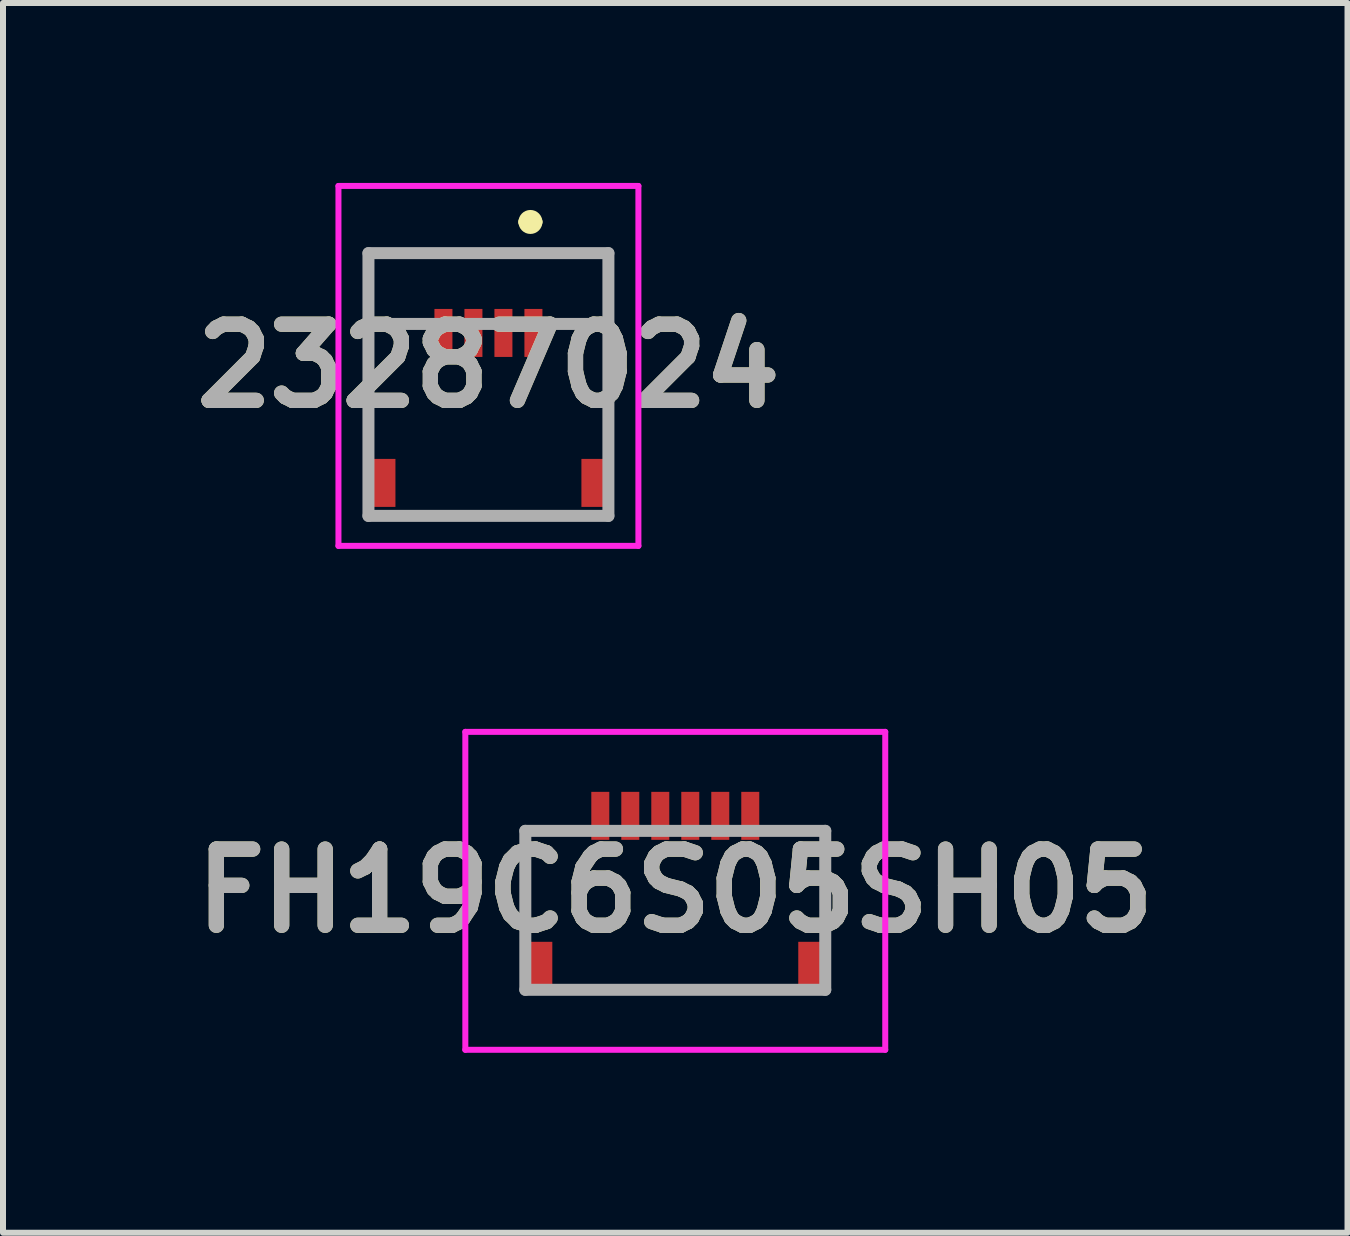
<source format=kicad_pcb>
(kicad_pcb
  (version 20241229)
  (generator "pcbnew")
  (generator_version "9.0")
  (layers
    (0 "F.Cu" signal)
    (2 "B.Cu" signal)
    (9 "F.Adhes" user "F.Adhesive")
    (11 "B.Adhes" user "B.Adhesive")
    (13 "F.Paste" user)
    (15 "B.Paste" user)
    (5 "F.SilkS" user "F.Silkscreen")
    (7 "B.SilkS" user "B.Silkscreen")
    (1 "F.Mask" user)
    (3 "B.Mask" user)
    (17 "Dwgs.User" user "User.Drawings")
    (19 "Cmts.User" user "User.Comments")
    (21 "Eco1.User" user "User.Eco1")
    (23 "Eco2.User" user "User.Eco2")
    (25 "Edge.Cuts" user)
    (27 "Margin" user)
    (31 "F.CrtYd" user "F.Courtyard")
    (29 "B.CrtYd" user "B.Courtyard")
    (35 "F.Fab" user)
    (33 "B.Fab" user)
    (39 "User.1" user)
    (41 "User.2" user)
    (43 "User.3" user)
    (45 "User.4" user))
  (footprint "23287024"
    (layer "F.Cu")
    (at 5.092 3.95)
    (property "Reference" "23287024" (at 0 -0.9 0) (layer "F.SilkS") (effects (font (size 1.27 1.27) (thickness 0.254))))
    (attr smd)
    (fp_line (start -2 -1.6) (end -1.5 -1.6) (stroke (width 0.1) (type solid)) (layer "F.SilkS"))
    (fp_line (start -2 0.1) (end -2 -1.6) (stroke (width 0.1) (type solid)) (layer "F.SilkS"))
    (fp_line (start -1 1.6) (end 1 1.6) (stroke (width 0.1) (type solid)) (layer "F.SilkS"))
    (fp_line (start 0.6 -3.3) (end 0.6 -3.3) (stroke (width 0.2) (type solid)) (layer "F.SilkS"))
    (fp_line (start 0.8 -3.3) (end 0.8 -3.3) (stroke (width 0.2) (type solid)) (layer "F.SilkS"))
    (fp_line (start 2 -1.6) (end 1.5 -1.6) (stroke (width 0.1) (type solid)) (layer "F.SilkS"))
    (fp_line (start 2 0.1) (end 2 -1.6) (stroke (width 0.1) (type solid)) (layer "F.SilkS"))
    (fp_arc (start 0.6 -3.3) (mid 0.7 -3.4) (end 0.8 -3.3) (stroke (width 0.2) (type solid)) (layer "F.SilkS"))
    (fp_arc (start 0.8 -3.3) (mid 0.7 -3.2) (end 0.6 -3.3) (stroke (width 0.2) (type solid)) (layer "F.SilkS"))
    (fp_line (start -2.5 -3.9) (end 2.5 -3.9) (stroke (width 0.1) (type solid)) (layer "F.CrtYd"))
    (fp_line (start -2.5 2.1) (end -2.5 -3.9) (stroke (width 0.1) (type solid)) (layer "F.CrtYd"))
    (fp_line (start 2.5 -3.9) (end 2.5 2.1) (stroke (width 0.1) (type solid)) (layer "F.CrtYd"))
    (fp_line (start 2.5 2.1) (end -2.5 2.1) (stroke (width 0.1) (type solid)) (layer "F.CrtYd"))
    (fp_line (start -2 -2.78) (end 2 -2.78) (stroke (width 0.2) (type solid)) (layer "F.Fab"))
    (fp_line (start -2 -1.6) (end 2 -1.6) (stroke (width 0.2) (type solid)) (layer "F.Fab"))
    (fp_line (start -2 1.6) (end -2 -2.78) (stroke (width 0.2) (type solid)) (layer "F.Fab"))
    (fp_line (start 2 -2.78) (end 2 1.6) (stroke (width 0.2) (type solid)) (layer "F.Fab"))
    (fp_line (start 2 1.6) (end -2 1.6) (stroke (width 0.2) (type solid)) (layer "F.Fab"))
    (fp_text user "${REFERENCE}" (at 0 -0.9 0) (layer "F.Fab") (effects (font (size 1.27 1.27) (thickness 0.254))))
    (pad "1" smd rect (at 0.75 -1.45) (size 0.3 0.8) (layers "F.Cu" "F.Mask" "F.Paste"))
    (pad "2" smd rect (at 0.25 -1.45) (size 0.3 0.8) (layers "F.Cu" "F.Mask" "F.Paste"))
    (pad "3" smd rect (at -0.25 -1.45) (size 0.3 0.8) (layers "F.Cu" "F.Mask" "F.Paste"))
    (pad "4" smd rect (at -0.75 -1.45) (size 0.3 0.8) (layers "F.Cu" "F.Mask" "F.Paste"))
    (pad "MP1" smd rect (at 1.75 1.05) (size 0.4 0.8) (layers "F.Cu" "F.Mask" "F.Paste"))
    (pad "MP2" smd rect (at -1.75 1.05) (size 0.4 0.8) (layers "F.Cu" "F.Mask" "F.Paste")))
  (footprint "FH19C6S05SH05"
    (layer "F.Cu")
    (at 8.207 12)
    (property "Reference" "FH19C6S05SH05" (at 0 -0.2 0) (layer "F.SilkS") (effects (font (size 1.27 1.27) (thickness 0.254))))
    (attr smd)
    (fp_line (start -2.5 -1.2) (end -2.5 0.3) (stroke (width 0.1) (type solid)) (layer "F.SilkS"))
    (fp_line (start -2 -1.2) (end -2.5 -1.2) (stroke (width 0.1) (type solid)) (layer "F.SilkS"))
    (fp_line (start -1.5 1.45) (end 1.5 1.45) (stroke (width 0.1) (type solid)) (layer "F.SilkS"))
    (fp_line (start 2.5 -1.2) (end 2 -1.2) (stroke (width 0.1) (type solid)) (layer "F.SilkS"))
    (fp_line (start 2.5 0.3) (end 2.5 -1.2) (stroke (width 0.1) (type solid)) (layer "F.SilkS"))
    (fp_line (start -3.5 -2.85) (end 3.5 -2.85) (stroke (width 0.1) (type solid)) (layer "F.CrtYd"))
    (fp_line (start -3.5 2.45) (end -3.5 -2.85) (stroke (width 0.1) (type solid)) (layer "F.CrtYd"))
    (fp_line (start 3.5 -2.85) (end 3.5 2.45) (stroke (width 0.1) (type solid)) (layer "F.CrtYd"))
    (fp_line (start 3.5 2.45) (end -3.5 2.45) (stroke (width 0.1) (type solid)) (layer "F.CrtYd"))
    (fp_line (start -2.5 -1.2) (end 2.5 -1.2) (stroke (width 0.2) (type solid)) (layer "F.Fab"))
    (fp_line (start -2.5 1.45) (end -2.5 -1.2) (stroke (width 0.2) (type solid)) (layer "F.Fab"))
    (fp_line (start 2.5 -1.2) (end 2.5 1.45) (stroke (width 0.2) (type solid)) (layer "F.Fab"))
    (fp_line (start 2.5 1.45) (end -2.5 1.45) (stroke (width 0.2) (type solid)) (layer "F.Fab"))
    (fp_text user "${REFERENCE}" (at 0 -0.2 0) (layer "F.Fab") (effects (font (size 1.27 1.27) (thickness 0.254))))
    (pad "1" smd rect (at -1.25 -1.45) (size 0.3 0.8) (layers "F.Cu" "F.Mask" "F.Paste"))
    (pad "2" smd rect (at -0.75 -1.45) (size 0.3 0.8) (layers "F.Cu" "F.Mask" "F.Paste"))
    (pad "3" smd rect (at -0.25 -1.45) (size 0.3 0.8) (layers "F.Cu" "F.Mask" "F.Paste"))
    (pad "4" smd rect (at 0.25 -1.45) (size 0.3 0.8) (layers "F.Cu" "F.Mask" "F.Paste"))
    (pad "5" smd rect (at 0.75 -1.45) (size 0.3 0.8) (layers "F.Cu" "F.Mask" "F.Paste"))
    (pad "6" smd rect (at 1.25 -1.45) (size 0.3 0.8) (layers "F.Cu" "F.Mask" "F.Paste"))
    (pad "7" smd rect (at -2.25 1.05) (size 0.4 0.8) (layers "F.Cu" "F.Mask" "F.Paste"))
    (pad "8" smd rect (at 2.25 1.05) (size 0.4 0.8) (layers "F.Cu" "F.Mask" "F.Paste")))
  (gr_rect
    (start -3 -3)
    (end 19.413 17.5)
    (stroke (width 0.1) (type default))
    (fill no)
    (layer "Edge.Cuts")))
</source>
